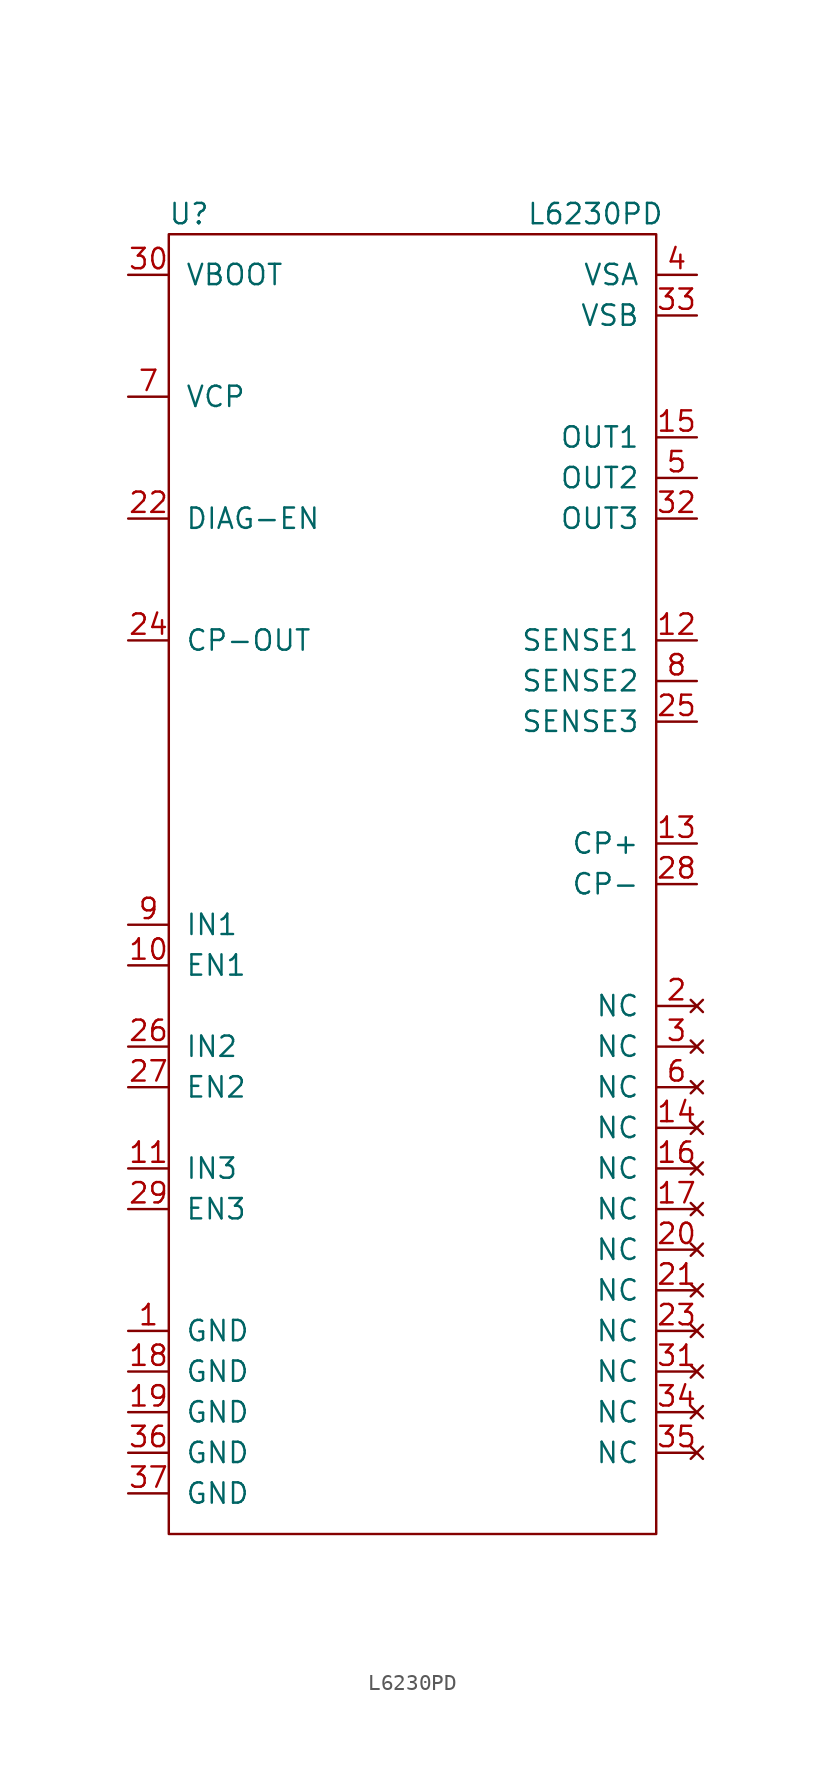
<source format=kicad_sym>
(kicad_symbol_lib
  (version 20211014)
  (generator kicad_symbol_editor)
  (symbol "L6230PD"
    (pin_names
      (offset 1.016))
    (property "Reference" "U"
      (at -13.97 41.91 0)
      (effects (font (size 1.27 1.27))))
    (property "Value" "L6230PD"
      (at 11.43 41.91 0)
      (effects (font (size 1.27 1.27))))
    (symbol "L6230PD_0_1"
      (rectangle (start -15.24 40.64) (end 15.24 -40.64) (stroke (width 0) (type default) (color 0 0 0 0)) (fill (type none))))
    (symbol "L6230PD_1_1"
      (pin power_in line (at -17.78 -27.94 0) (length 2.54) (name "GND" (effects (font (size 1.27 1.27)))) (number "1" (effects (font (size 1.27 1.27)))))
      (pin input line (at -17.78 -5.08 0) (length 2.54) (name "EN1" (effects (font (size 1.27 1.27)))) (number "10" (effects (font (size 1.27 1.27)))))
      (pin input line (at -17.78 -17.78 0) (length 2.54) (name "IN3" (effects (font (size 1.27 1.27)))) (number "11" (effects (font (size 1.27 1.27)))))
      (pin output line (at 17.78 15.24 180) (length 2.54) (name "SENSE1" (effects (font (size 1.27 1.27)))) (number "12" (effects (font (size 1.27 1.27)))))
      (pin input line (at 17.78 2.54 180) (length 2.54) (name "CP+" (effects (font (size 1.27 1.27)))) (number "13" (effects (font (size 1.27 1.27)))))
      (pin no_connect line (at 17.78 -15.24 180) (length 2.54) (name "NC" (effects (font (size 1.27 1.27)))) (number "14" (effects (font (size 1.27 1.27)))))
      (pin power_out line (at 17.78 27.94 180) (length 2.54) (name "OUT1" (effects (font (size 1.27 1.27)))) (number "15" (effects (font (size 1.27 1.27)))))
      (pin no_connect line (at 17.78 -17.78 180) (length 2.54) (name "NC" (effects (font (size 1.27 1.27)))) (number "16" (effects (font (size 1.27 1.27)))))
      (pin no_connect line (at 17.78 -20.32 180) (length 2.54) (name "NC" (effects (font (size 1.27 1.27)))) (number "17" (effects (font (size 1.27 1.27)))))
      (pin power_in line (at -17.78 -30.48 0) (length 2.54) (name "GND" (effects (font (size 1.27 1.27)))) (number "18" (effects (font (size 1.27 1.27)))))
      (pin power_in line (at -17.78 -33.02 0) (length 2.54) (name "GND" (effects (font (size 1.27 1.27)))) (number "19" (effects (font (size 1.27 1.27)))))
      (pin no_connect line (at 17.78 -7.62 180) (length 2.54) (name "NC" (effects (font (size 1.27 1.27)))) (number "2" (effects (font (size 1.27 1.27)))))
      (pin no_connect line (at 17.78 -22.86 180) (length 2.54) (name "NC" (effects (font (size 1.27 1.27)))) (number "20" (effects (font (size 1.27 1.27)))))
      (pin no_connect line (at 17.78 -25.4 180) (length 2.54) (name "NC" (effects (font (size 1.27 1.27)))) (number "21" (effects (font (size 1.27 1.27)))))
      (pin output line (at -17.78 22.86 0) (length 2.54) (name "DIAG-EN" (effects (font (size 1.27 1.27)))) (number "22" (effects (font (size 1.27 1.27)))))
      (pin no_connect line (at 17.78 -27.94 180) (length 2.54) (name "NC" (effects (font (size 1.27 1.27)))) (number "23" (effects (font (size 1.27 1.27)))))
      (pin output line (at -17.78 15.24 0) (length 2.54) (name "CP-OUT" (effects (font (size 1.27 1.27)))) (number "24" (effects (font (size 1.27 1.27)))))
      (pin power_out line (at 17.78 10.16 180) (length 2.54) (name "SENSE3" (effects (font (size 1.27 1.27)))) (number "25" (effects (font (size 1.27 1.27)))))
      (pin input line (at -17.78 -10.16 0) (length 2.54) (name "IN2" (effects (font (size 1.27 1.27)))) (number "26" (effects (font (size 1.27 1.27)))))
      (pin input line (at -17.78 -12.7 0) (length 2.54) (name "EN2" (effects (font (size 1.27 1.27)))) (number "27" (effects (font (size 1.27 1.27)))))
      (pin input line (at 17.78 0 180) (length 2.54) (name "CP-" (effects (font (size 1.27 1.27)))) (number "28" (effects (font (size 1.27 1.27)))))
      (pin input line (at -17.78 -20.32 0) (length 2.54) (name "EN3" (effects (font (size 1.27 1.27)))) (number "29" (effects (font (size 1.27 1.27)))))
      (pin no_connect line (at 17.78 -10.16 180) (length 2.54) (name "NC" (effects (font (size 1.27 1.27)))) (number "3" (effects (font (size 1.27 1.27)))))
      (pin power_in line (at -17.78 38.1 0) (length 2.54) (name "VBOOT" (effects (font (size 1.27 1.27)))) (number "30" (effects (font (size 1.27 1.27)))))
      (pin no_connect line (at 17.78 -30.48 180) (length 2.54) (name "NC" (effects (font (size 1.27 1.27)))) (number "31" (effects (font (size 1.27 1.27)))))
      (pin power_out line (at 17.78 22.86 180) (length 2.54) (name "OUT3" (effects (font (size 1.27 1.27)))) (number "32" (effects (font (size 1.27 1.27)))))
      (pin power_in line (at 17.78 35.56 180) (length 2.54) (name "VSB" (effects (font (size 1.27 1.27)))) (number "33" (effects (font (size 1.27 1.27)))))
      (pin no_connect line (at 17.78 -33.02 180) (length 2.54) (name "NC" (effects (font (size 1.27 1.27)))) (number "34" (effects (font (size 1.27 1.27)))))
      (pin no_connect line (at 17.78 -35.56 180) (length 2.54) (name "NC" (effects (font (size 1.27 1.27)))) (number "35" (effects (font (size 1.27 1.27)))))
      (pin power_in line (at -17.78 -35.56 0) (length 2.54) (name "GND" (effects (font (size 1.27 1.27)))) (number "36" (effects (font (size 1.27 1.27)))))
      (pin power_in line (at -17.78 -38.1 0) (length 2.54) (name "GND" (effects (font (size 1.27 1.27)))) (number "37" (effects (font (size 1.27 1.27)))))
      (pin power_in line (at 17.78 38.1 180) (length 2.54) (name "VSA" (effects (font (size 1.27 1.27)))) (number "4" (effects (font (size 1.27 1.27)))))
      (pin power_out line (at 17.78 25.4 180) (length 2.54) (name "OUT2" (effects (font (size 1.27 1.27)))) (number "5" (effects (font (size 1.27 1.27)))))
      (pin no_connect line (at 17.78 -12.7 180) (length 2.54) (name "NC" (effects (font (size 1.27 1.27)))) (number "6" (effects (font (size 1.27 1.27)))))
      (pin power_in line (at -17.78 30.48 0) (length 2.54) (name "VCP" (effects (font (size 1.27 1.27)))) (number "7" (effects (font (size 1.27 1.27)))))
      (pin output line (at 17.78 12.7 180) (length 2.54) (name "SENSE2" (effects (font (size 1.27 1.27)))) (number "8" (effects (font (size 1.27 1.27)))))
      (pin input line (at -17.78 -2.54 0) (length 2.54) (name "IN1" (effects (font (size 1.27 1.27)))) (number "9" (effects (font (size 1.27 1.27))))))))
</source>
